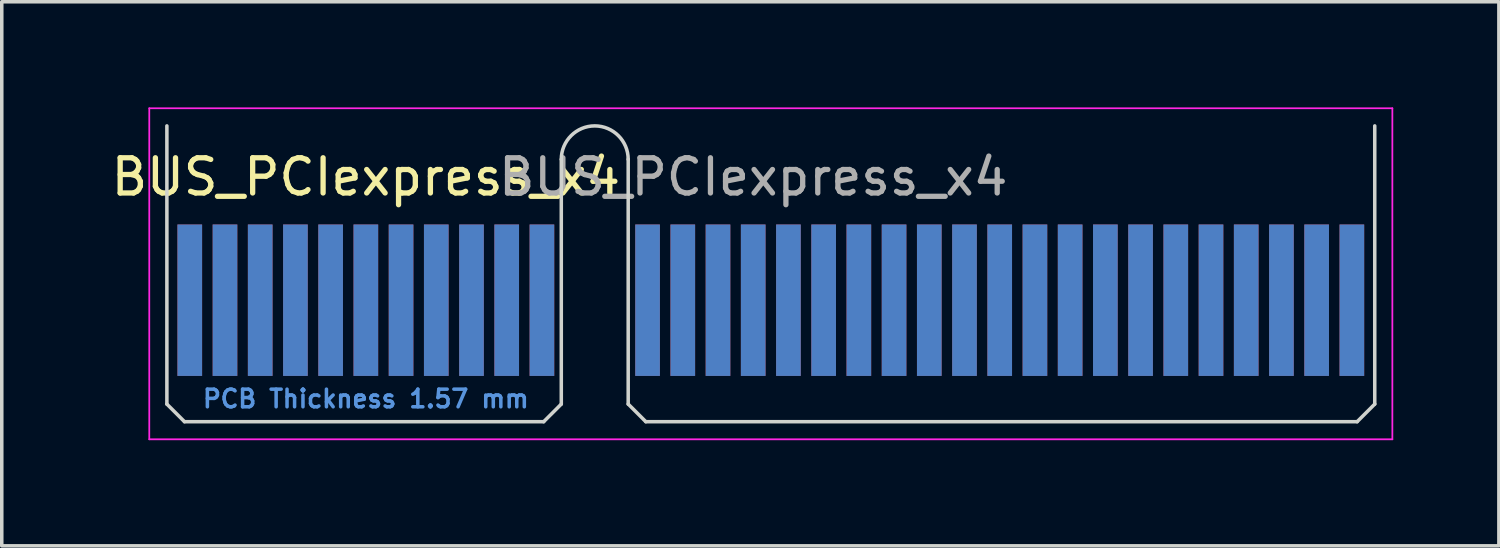
<source format=kicad_pcb>
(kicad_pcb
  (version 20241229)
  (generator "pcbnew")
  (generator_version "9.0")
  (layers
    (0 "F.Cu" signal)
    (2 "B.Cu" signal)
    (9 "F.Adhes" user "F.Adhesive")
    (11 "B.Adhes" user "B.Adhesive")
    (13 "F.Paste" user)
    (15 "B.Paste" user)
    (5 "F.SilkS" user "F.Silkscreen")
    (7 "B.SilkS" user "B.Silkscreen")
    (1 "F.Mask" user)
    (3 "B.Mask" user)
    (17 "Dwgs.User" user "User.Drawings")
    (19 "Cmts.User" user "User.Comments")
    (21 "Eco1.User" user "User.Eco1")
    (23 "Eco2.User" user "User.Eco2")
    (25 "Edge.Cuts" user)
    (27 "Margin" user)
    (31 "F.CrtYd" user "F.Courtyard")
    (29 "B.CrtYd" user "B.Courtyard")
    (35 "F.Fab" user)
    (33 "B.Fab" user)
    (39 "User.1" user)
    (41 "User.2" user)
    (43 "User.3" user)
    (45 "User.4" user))
  (footprint "BUS_PCIexpress_x4"
    (layer "F.Cu")
    (at 2.339 5.475)
    (property "Reference" "BUS_PCIexpress_x4" (at 5 -3.5 0) (layer "F.SilkS") (effects (font (size 1 1) (thickness 0.15))))
    (attr exclude_from_pos_files exclude_from_bom)
    (fp_line (start -0.65 -4.95) (end -0.65 2.95) (stroke (width 0.1) (type solid)) (layer "Edge.Cuts"))
    (fp_line (start -0.65 2.95) (end -0.15 3.45) (stroke (width 0.1) (type solid)) (layer "Edge.Cuts"))
    (fp_line (start -0.15 3.45) (end 10.05 3.45) (stroke (width 0.1) (type solid)) (layer "Edge.Cuts"))
    (fp_line (start 10.55 -4) (end 10.55 2.95) (stroke (width 0.1) (type solid)) (layer "Edge.Cuts"))
    (fp_line (start 10.55 2.95) (end 10.05 3.45) (stroke (width 0.1) (type solid)) (layer "Edge.Cuts"))
    (fp_line (start 12.45 -4) (end 12.45 2.95) (stroke (width 0.1) (type solid)) (layer "Edge.Cuts"))
    (fp_line (start 12.45 2.95) (end 12.95 3.45) (stroke (width 0.1) (type solid)) (layer "Edge.Cuts"))
    (fp_line (start 12.95 3.45) (end 33.15 3.45) (stroke (width 0.1) (type solid)) (layer "Edge.Cuts"))
    (fp_line (start 33.65 -4.95) (end 33.65 2.95) (stroke (width 0.1) (type solid)) (layer "Edge.Cuts"))
    (fp_line (start 33.65 2.95) (end 33.15 3.45) (stroke (width 0.1) (type solid)) (layer "Edge.Cuts"))
    (fp_arc (start 10.55 -4) (mid 11.5 -4.95) (end 12.45 -4) (stroke (width 0.1) (type solid)) (layer "Edge.Cuts"))
    (fp_line (start -1.15 -5.45) (end -1.15 3.95) (stroke (width 0.05) (type solid)) (layer "F.CrtYd"))
    (fp_line (start -1.15 -5.45) (end 34.15 -5.45) (stroke (width 0.05) (type solid)) (layer "F.CrtYd"))
    (fp_line (start 34.15 3.95) (end -1.15 3.95) (stroke (width 0.05) (type solid)) (layer "F.CrtYd"))
    (fp_line (start 34.15 3.95) (end 34.15 -5.45) (stroke (width 0.05) (type solid)) (layer "F.CrtYd"))
    (fp_text user "PCB Thickness 1.57 mm" (at 5 2.8 180) (layer "Cmts.User") (effects (font (size 0.5 0.5) (thickness 0.1))))
    (fp_text user "${REFERENCE}" (at 16 -3.5 0) (layer "F.Fab") (effects (font (size 1 1) (thickness 0.15))))
    (pad "A1" connect rect (at 0 0) (size 0.7 4.3) (layers "B.Cu" "B.Mask"))
    (pad "A2" connect rect (at 1 0) (size 0.7 4.3) (layers "B.Cu" "B.Mask"))
    (pad "A3" connect rect (at 2 0) (size 0.7 4.3) (layers "B.Cu" "B.Mask"))
    (pad "A4" connect rect (at 3 0) (size 0.7 4.3) (layers "B.Cu" "B.Mask"))
    (pad "A5" connect rect (at 4 0) (size 0.7 4.3) (layers "B.Cu" "B.Mask"))
    (pad "A6" connect rect (at 5 0) (size 0.7 4.3) (layers "B.Cu" "B.Mask"))
    (pad "A7" connect rect (at 6 0) (size 0.7 4.3) (layers "B.Cu" "B.Mask"))
    (pad "A8" connect rect (at 7 0) (size 0.7 4.3) (layers "B.Cu" "B.Mask"))
    (pad "A9" connect rect (at 8 0) (size 0.7 4.3) (layers "B.Cu" "B.Mask"))
    (pad "A10" connect rect (at 9 0) (size 0.7 4.3) (layers "B.Cu" "B.Mask"))
    (pad "A11" connect rect (at 10 0) (size 0.7 4.3) (layers "B.Cu" "B.Mask"))
    (pad "A12" connect rect (at 13 0) (size 0.7 4.3) (layers "B.Cu" "B.Mask"))
    (pad "A13" connect rect (at 14 0) (size 0.7 4.3) (layers "B.Cu" "B.Mask"))
    (pad "A14" connect rect (at 15 0) (size 0.7 4.3) (layers "B.Cu" "B.Mask"))
    (pad "A15" connect rect (at 16 0) (size 0.7 4.3) (layers "B.Cu" "B.Mask"))
    (pad "A16" connect rect (at 17 0) (size 0.7 4.3) (layers "B.Cu" "B.Mask"))
    (pad "A17" connect rect (at 18 0) (size 0.7 4.3) (layers "B.Cu" "B.Mask"))
    (pad "A18" connect rect (at 19 0) (size 0.7 4.3) (layers "B.Cu" "B.Mask"))
    (pad "A19" connect rect (at 20 0) (size 0.7 4.3) (layers "B.Cu" "B.Mask"))
    (pad "A20" connect rect (at 21 0) (size 0.7 4.3) (layers "B.Cu" "B.Mask"))
    (pad "A21" connect rect (at 22 0) (size 0.7 4.3) (layers "B.Cu" "B.Mask"))
    (pad "A22" connect rect (at 23 0) (size 0.7 4.3) (layers "B.Cu" "B.Mask"))
    (pad "A23" connect rect (at 24 0) (size 0.7 4.3) (layers "B.Cu" "B.Mask"))
    (pad "A24" connect rect (at 25 0) (size 0.7 4.3) (layers "B.Cu" "B.Mask"))
    (pad "A25" connect rect (at 26 0) (size 0.7 4.3) (layers "B.Cu" "B.Mask"))
    (pad "A26" connect rect (at 27 0) (size 0.7 4.3) (layers "B.Cu" "B.Mask"))
    (pad "A27" connect rect (at 28 0) (size 0.7 4.3) (layers "B.Cu" "B.Mask"))
    (pad "A28" connect rect (at 29 0) (size 0.7 4.3) (layers "B.Cu" "B.Mask"))
    (pad "A29" connect rect (at 30 0) (size 0.7 4.3) (layers "B.Cu" "B.Mask"))
    (pad "A30" connect rect (at 31 0) (size 0.7 4.3) (layers "B.Cu" "B.Mask"))
    (pad "A31" connect rect (at 32 0) (size 0.7 4.3) (layers "B.Cu" "B.Mask"))
    (pad "A32" connect rect (at 33 0) (size 0.7 4.3) (layers "B.Cu" "B.Mask"))
    (pad "B1" connect rect (at 0 0) (size 0.7 4.3) (layers "F.Cu" "F.Mask"))
    (pad "B2" connect rect (at 1 0) (size 0.7 4.3) (layers "F.Cu" "F.Mask"))
    (pad "B3" connect rect (at 2 0) (size 0.7 4.3) (layers "F.Cu" "F.Mask"))
    (pad "B4" connect rect (at 3 0) (size 0.7 4.3) (layers "F.Cu" "F.Mask"))
    (pad "B5" connect rect (at 4 0) (size 0.7 4.3) (layers "F.Cu" "F.Mask"))
    (pad "B6" connect rect (at 5 0) (size 0.7 4.3) (layers "F.Cu" "F.Mask"))
    (pad "B7" connect rect (at 6 0) (size 0.7 4.3) (layers "F.Cu" "F.Mask"))
    (pad "B8" connect rect (at 7 0) (size 0.7 4.3) (layers "F.Cu" "F.Mask"))
    (pad "B9" connect rect (at 8 0) (size 0.7 4.3) (layers "F.Cu" "F.Mask"))
    (pad "B10" connect rect (at 9 0) (size 0.7 4.3) (layers "F.Cu" "F.Mask"))
    (pad "B11" connect rect (at 10 0) (size 0.7 4.3) (layers "F.Cu" "F.Mask"))
    (pad "B12" connect rect (at 13 0) (size 0.7 4.3) (layers "F.Cu" "F.Mask"))
    (pad "B13" connect rect (at 14 0) (size 0.7 4.3) (layers "F.Cu" "F.Mask"))
    (pad "B14" connect rect (at 15 0) (size 0.7 4.3) (layers "F.Cu" "F.Mask"))
    (pad "B15" connect rect (at 16 0) (size 0.7 4.3) (layers "F.Cu" "F.Mask"))
    (pad "B16" connect rect (at 17 0) (size 0.7 4.3) (layers "F.Cu" "F.Mask"))
    (pad "B17" connect rect (at 18 0) (size 0.7 4.3) (layers "F.Cu" "F.Mask"))
    (pad "B18" connect rect (at 19 0) (size 0.7 4.3) (layers "F.Cu" "F.Mask"))
    (pad "B19" connect rect (at 20 0) (size 0.7 4.3) (layers "F.Cu" "F.Mask"))
    (pad "B20" connect rect (at 21 0) (size 0.7 4.3) (layers "F.Cu" "F.Mask"))
    (pad "B21" connect rect (at 22 0) (size 0.7 4.3) (layers "F.Cu" "F.Mask"))
    (pad "B22" connect rect (at 23 0) (size 0.7 4.3) (layers "F.Cu" "F.Mask"))
    (pad "B23" connect rect (at 24 0) (size 0.7 4.3) (layers "F.Cu" "F.Mask"))
    (pad "B24" connect rect (at 25 0) (size 0.7 4.3) (layers "F.Cu" "F.Mask"))
    (pad "B25" connect rect (at 26 0) (size 0.7 4.3) (layers "F.Cu" "F.Mask"))
    (pad "B26" connect rect (at 27 0) (size 0.7 4.3) (layers "F.Cu" "F.Mask"))
    (pad "B27" connect rect (at 28 0) (size 0.7 4.3) (layers "F.Cu" "F.Mask"))
    (pad "B28" connect rect (at 29 0) (size 0.7 4.3) (layers "F.Cu" "F.Mask"))
    (pad "B29" connect rect (at 30 0) (size 0.7 4.3) (layers "F.Cu" "F.Mask"))
    (pad "B30" connect rect (at 31 0) (size 0.7 4.3) (layers "F.Cu" "F.Mask"))
    (pad "B31" connect rect (at 32 0) (size 0.7 4.3) (layers "F.Cu" "F.Mask"))
    (pad "B32" connect rect (at 33 0) (size 0.7 4.3) (layers "F.Cu" "F.Mask")))
  (gr_rect
    (start -3 -3)
    (end 39.514 12.45)
    (stroke (width 0.1) (type default))
    (fill no)
    (layer "Edge.Cuts")))
</source>
